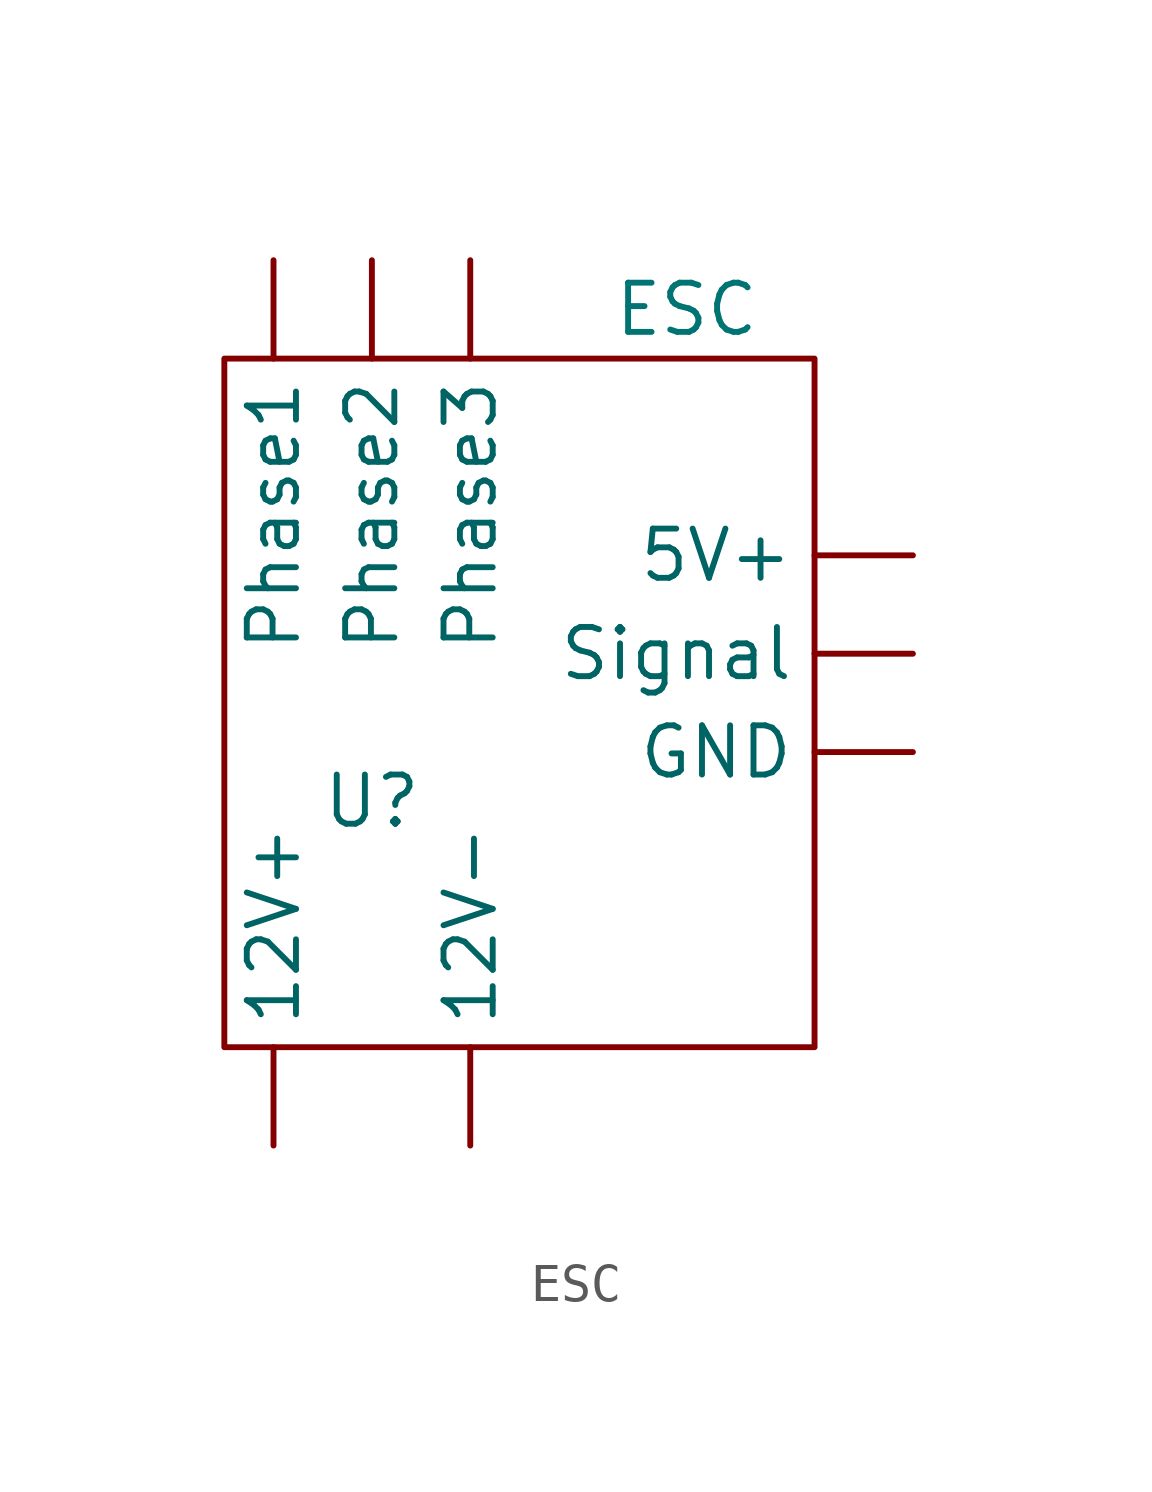
<source format=kicad_sym>
(kicad_symbol_lib
  (version 20241209)
  (generator "kicad_symbol_editor")
  (generator_version "9.0")
  (symbol "ESC"
    (property "Reference" "U"
      (at 0 0 0)
      (effects (font (size 1.27 1.27))))
    (property "Value" ""
      (at 0 0 0)
      (effects (font (size 1.27 1.27))))
    (symbol "ESC_0_1"
      (rectangle (start -3.81 11.43) (end 11.43 -6.35) (stroke (width 0) (type default)) (fill (type none))))
    (symbol "ESC_1_1"
      (text "ESC" (at 8.128 12.7 0) (effects (font (size 1.27 1.27) (color 0 115 115 1))))
      (pin output line (at -2.54 13.97 270) (length 2.54) (name "Phase1" (effects (font (size 1.27 1.27)))) (number "" (effects (font (size 1.27 1.27)))))
      (pin input line (at -2.54 -8.89 90) (length 2.54) (name "12V+" (effects (font (size 1.27 1.27)))) (number "" (effects (font (size 1.27 1.27)))))
      (pin output line (at 0 13.97 270) (length 2.54) (name "Phase2" (effects (font (size 1.27 1.27)))) (number "" (effects (font (size 1.27 1.27)))))
      (pin output line (at 2.54 13.97 270) (length 2.54) (name "Phase3" (effects (font (size 1.27 1.27)))) (number "" (effects (font (size 1.27 1.27)))))
      (pin input line (at 2.54 -8.89 90) (length 2.54) (name "12V-" (effects (font (size 1.27 1.27)))) (number "" (effects (font (size 1.27 1.27)))))
      (pin output line (at 13.97 6.35 180) (length 2.54) (name "5V+" (effects (font (size 1.27 1.27)))) (number "" (effects (font (size 1.27 1.27)))))
      (pin input line (at 13.97 3.81 180) (length 2.54) (name "Signal" (effects (font (size 1.27 1.27)))) (number "" (effects (font (size 1.27 1.27)))))
      (pin input line (at 13.97 1.27 180) (length 2.54) (name "GND" (effects (font (size 1.27 1.27)))) (number "" (effects (font (size 1.27 1.27))))))))
</source>
